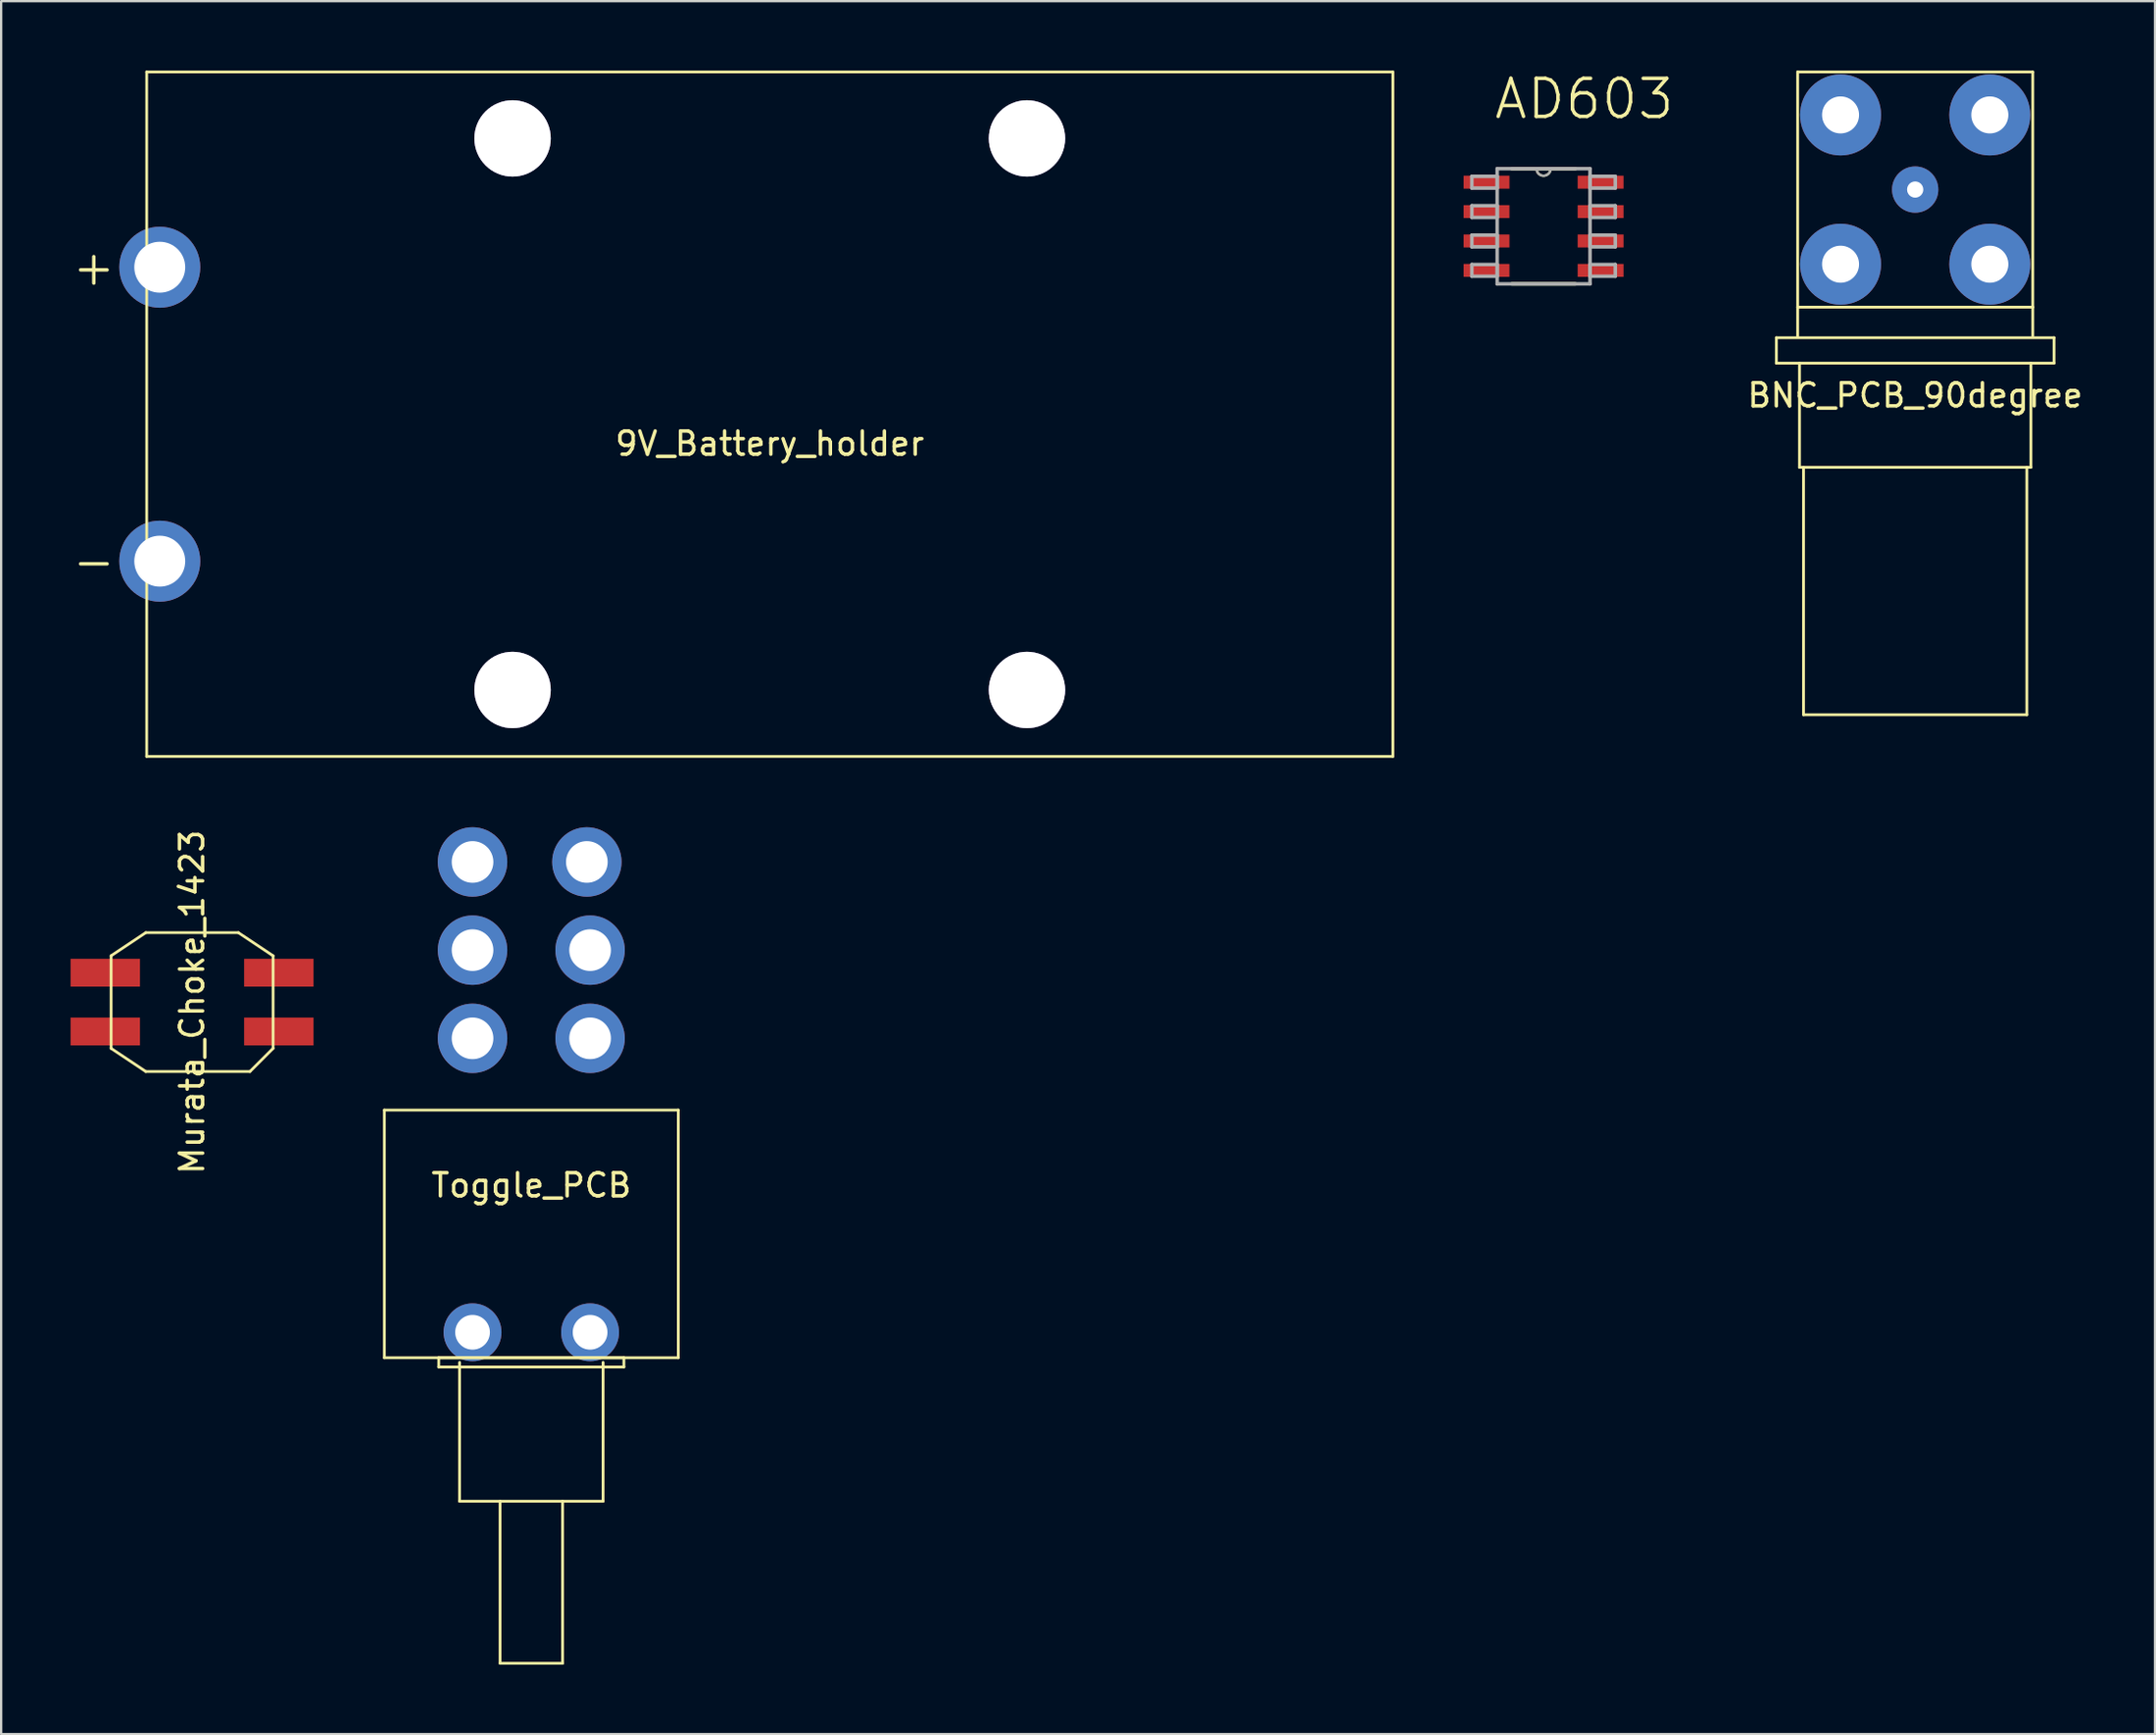
<source format=kicad_pcb>
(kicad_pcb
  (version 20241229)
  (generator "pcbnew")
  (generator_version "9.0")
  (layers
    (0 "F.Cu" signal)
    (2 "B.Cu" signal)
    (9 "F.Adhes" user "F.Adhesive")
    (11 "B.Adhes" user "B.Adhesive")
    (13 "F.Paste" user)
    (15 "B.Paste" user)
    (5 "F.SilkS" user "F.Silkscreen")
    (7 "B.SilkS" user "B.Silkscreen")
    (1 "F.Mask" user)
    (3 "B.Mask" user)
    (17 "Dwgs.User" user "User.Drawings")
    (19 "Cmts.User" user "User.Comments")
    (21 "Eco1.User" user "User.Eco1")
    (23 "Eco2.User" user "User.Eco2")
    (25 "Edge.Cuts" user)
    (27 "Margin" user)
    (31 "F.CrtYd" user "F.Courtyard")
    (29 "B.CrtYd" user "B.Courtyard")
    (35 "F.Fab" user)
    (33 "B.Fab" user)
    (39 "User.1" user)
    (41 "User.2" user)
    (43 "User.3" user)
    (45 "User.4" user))
  (footprint "BNC_PCB_90degree"
    (layer "F.Cu")
    (at 79.711 5.14)
    (property "Reference" "BNC_PCB_90degree" (at 0 8.89 0) (layer "F.SilkS") (effects (font (size 1 1) (thickness 0.15))))
    (attr through_hole)
    (fp_line (start -6 6.4) (end -6 7.5) (stroke (width 0.12) (type solid)) (layer "F.SilkS"))
    (fp_line (start -6 6.4) (end 6 6.4) (stroke (width 0.12) (type solid)) (layer "F.SilkS"))
    (fp_line (start -6 7.5) (end 6 7.5) (stroke (width 0.12) (type solid)) (layer "F.SilkS"))
    (fp_line (start -5.08 -5.08) (end -5.08 5.08) (stroke (width 0.12) (type solid)) (layer "F.SilkS"))
    (fp_line (start -5.08 5.08) (end -5.08 6.35) (stroke (width 0.12) (type solid)) (layer "F.SilkS"))
    (fp_line (start -5.08 5.08) (end 5.08 5.08) (stroke (width 0.12) (type solid)) (layer "F.SilkS"))
    (fp_line (start -5 12) (end -5 7.5) (stroke (width 0.12) (type solid)) (layer "F.SilkS"))
    (fp_line (start -5 12) (end 5 12) (stroke (width 0.12) (type solid)) (layer "F.SilkS"))
    (fp_line (start -4.825 12) (end -4.825 22.69) (stroke (width 0.12) (type solid)) (layer "F.SilkS"))
    (fp_line (start -4.825 22.69) (end 4.825 22.69) (stroke (width 0.12) (type solid)) (layer "F.SilkS"))
    (fp_line (start 4.825 12) (end 4.825 22.69) (stroke (width 0.12) (type solid)) (layer "F.SilkS"))
    (fp_line (start 5 12) (end 5 7.5) (stroke (width 0.12) (type solid)) (layer "F.SilkS"))
    (fp_line (start 5.08 -5.08) (end -5.08 -5.08) (stroke (width 0.12) (type solid)) (layer "F.SilkS"))
    (fp_line (start 5.08 5.08) (end 5.08 -5.08) (stroke (width 0.12) (type solid)) (layer "F.SilkS"))
    (fp_line (start 5.08 5.08) (end 5.08 6.35) (stroke (width 0.12) (type solid)) (layer "F.SilkS"))
    (fp_line (start 6 6.4) (end 6 7.5) (stroke (width 0.12) (type solid)) (layer "F.SilkS"))
    (pad "1" thru_hole circle (at 0 0) (size 2 2) (drill 0.7) (layers "*.Cu" "*.Mask"))
    (pad "2" thru_hole circle (at -3.225 -3.225) (size 3.5 3.5) (drill 1.6) (layers "*.Cu" "*.Mask"))
    (pad "2" thru_hole circle (at -3.225 3.225) (size 3.5 3.5) (drill 1.6) (layers "*.Cu" "*.Mask"))
    (pad "2" thru_hole circle (at 3.225 -3.225) (size 3.5 3.5) (drill 1.6) (layers "*.Cu" "*.Mask"))
    (pad "2" thru_hole circle (at 3.225 3.225) (size 3.5 3.5) (drill 1.6) (layers "*.Cu" "*.Mask")))
  (footprint "Toggle_PCB"
    (layer "F.Cu")
    (at 19.91 41.81)
    (property "Reference" "Toggle_PCB" (at 0 6.35 0) (layer "F.SilkS") (effects (font (size 1 1) (thickness 0.15))))
    (attr through_hole)
    (fp_line (start -6.35 3.1) (end 6.35 3.1) (stroke (width 0.12) (type solid)) (layer "F.SilkS"))
    (fp_line (start -6.35 13.8) (end -6.35 3.1) (stroke (width 0.12) (type solid)) (layer "F.SilkS"))
    (fp_line (start -6.35 13.8) (end 6.35 13.8) (stroke (width 0.12) (type solid)) (layer "F.SilkS"))
    (fp_line (start -4 13.8) (end -4 14.2) (stroke (width 0.12) (type solid)) (layer "F.SilkS"))
    (fp_line (start -4 13.8) (end 4 13.8) (stroke (width 0.12) (type solid)) (layer "F.SilkS"))
    (fp_line (start -4 14.2) (end 4 14.2) (stroke (width 0.12) (type solid)) (layer "F.SilkS"))
    (fp_line (start -3.1 20) (end -3.1 14) (stroke (width 0.12) (type solid)) (layer "F.SilkS"))
    (fp_line (start -3.1 20) (end 3.1 20) (stroke (width 0.12) (type solid)) (layer "F.SilkS"))
    (fp_line (start -1.35 20) (end -1.35 27) (stroke (width 0.12) (type solid)) (layer "F.SilkS"))
    (fp_line (start -1.35 27) (end 1.35 27) (stroke (width 0.12) (type solid)) (layer "F.SilkS"))
    (fp_line (start 1.35 20) (end 1.35 27) (stroke (width 0.12) (type solid)) (layer "F.SilkS"))
    (fp_line (start 3.1 20) (end 3.1 14) (stroke (width 0.12) (type solid)) (layer "F.SilkS"))
    (fp_line (start 4 13.8) (end 4 14.2) (stroke (width 0.12) (type solid)) (layer "F.SilkS"))
    (fp_line (start 6.35 3.1) (end 6.35 13.8) (stroke (width 0.12) (type solid)) (layer "F.SilkS"))
    (pad "" thru_hole circle (at -2.54 12.7) (size 2.5 2.5) (drill 1.5) (layers "*.Cu" "*.Mask"))
    (pad "" thru_hole circle (at 2.54 12.7) (size 2.5 2.5) (drill 1.5) (layers "*.Cu" "*.Mask"))
    (pad "1" thru_hole circle (at -2.54 0) (size 3 3) (drill 1.8) (layers "*.Cu" "*.Mask"))
    (pad "2" thru_hole circle (at -2.54 -3.81) (size 3 3) (drill 1.8) (layers "*.Cu" "*.Mask"))
    (pad "3" thru_hole circle (at -2.54 -7.62) (size 3 3) (drill 1.8) (layers "*.Cu" "*.Mask"))
    (pad "4" thru_hole circle (at 2.54 0) (size 3 3) (drill 1.8) (layers "*.Cu" "*.Mask"))
    (pad "5" thru_hole circle (at 2.54 -3.81) (size 3 3) (drill 1.8) (layers "*.Cu" "*.Mask"))
    (pad "6" thru_hole circle (at 2.4 -7.62) (size 3 3) (drill 1.8) (layers "*.Cu" "*.Mask")))
  (footprint "9V_Battery_holder"
    (layer "F.Cu")
    (at 30.214 14.845)
    (property "Reference" "9V_Battery_holder" (at 0 1.27 0) (layer "F.SilkS") (effects (font (size 1 1) (thickness 0.15))))
    (attr through_hole)
    (fp_line (start -26.925 -14.785) (end -26.925 14.785) (stroke (width 0.12) (type solid)) (layer "F.SilkS"))
    (fp_line (start -26.925 -14.785) (end 26.925 -14.785) (stroke (width 0.12) (type solid)) (layer "F.SilkS"))
    (fp_line (start -26.925 14.785) (end 26.925 14.785) (stroke (width 0.12) (type solid)) (layer "F.SilkS"))
    (fp_line (start 26.925 14.785) (end 26.925 -14.785) (stroke (width 0.12) (type solid)) (layer "F.SilkS"))
    (fp_text user "-" (at -29.21 6.35 0) (layer "F.SilkS") (effects (font (size 1.5 1.5) (thickness 0.15))))
    (fp_text user "+" (at -29.21 -6.35 0) (layer "F.SilkS") (effects (font (size 1.5 1.5) (thickness 0.15))))
    (pad "" thru_hole circle (at -11.115 -11.915) (size 3.3 3.3) (drill 3.3) (layers "*.Cu" "*.Mask"))
    (pad "" thru_hole circle (at -11.115 11.915) (size 3.3 3.3) (drill 3.3) (layers "*.Cu" "*.Mask"))
    (pad "" thru_hole circle (at 11.115 -11.915) (size 3.3 3.3) (drill 3.3) (layers "*.Cu" "*.Mask"))
    (pad "" thru_hole circle (at 11.115 11.915) (size 3.3 3.3) (drill 3.3) (layers "*.Cu" "*.Mask"))
    (pad "1" thru_hole circle (at -26.36 -6.35) (size 3.5 3.5) (drill 2.2) (layers "*.Cu" "*.Mask"))
    (pad "2" thru_hole circle (at -26.36 6.35) (size 3.5 3.5) (drill 2.2) (layers "*.Cu" "*.Mask")))
  (footprint "Murata_Choke_1423"
    (layer "F.Cu")
    (at 5.25 40.244)
    (property "Reference" "Murata_Choke_1423" (at 0 0 90) (layer "F.SilkS") (effects (font (size 1 1) (thickness 0.15))))
    (attr through_hole)
    (fp_line (start -3.5 -2) (end -3.5 2) (stroke (width 0.12) (type solid)) (layer "F.SilkS"))
    (fp_line (start -3.5 -2) (end -2 -3) (stroke (width 0.12) (type solid)) (layer "F.SilkS"))
    (fp_line (start -2 -3) (end 2 -3) (stroke (width 0.12) (type solid)) (layer "F.SilkS"))
    (fp_line (start -2 3) (end -3.5 2) (stroke (width 0.12) (type solid)) (layer "F.SilkS"))
    (fp_line (start 2 -3) (end 3.5 -2) (stroke (width 0.12) (type solid)) (layer "F.SilkS"))
    (fp_line (start 2.5 3) (end -2 3) (stroke (width 0.12) (type solid)) (layer "F.SilkS"))
    (fp_line (start 3.5 -2) (end 3.5 2) (stroke (width 0.12) (type solid)) (layer "F.SilkS"))
    (fp_line (start 3.5 2) (end 2.5 3) (stroke (width 0.12) (type solid)) (layer "F.SilkS"))
    (pad "1" smd rect (at -3.75 -1.27) (size 3 1.2) (layers "F.Cu" "F.Mask" "F.Paste"))
    (pad "2" smd rect (at -3.75 1.27) (size 3 1.2) (layers "F.Cu" "F.Mask" "F.Paste"))
    (pad "3" smd rect (at 3.75 1.27) (size 3 1.2) (layers "F.Cu" "F.Mask" "F.Paste"))
    (pad "4" smd rect (at 3.75 -1.27) (size 3 1.2) (layers "F.Cu" "F.Mask" "F.Paste")))
  (footprint "AD603"
    (layer "F.Cu")
    (at 63.653 6.727)
    (property "Reference" "AD603" (at 1.758 -5.502 0) (layer "F.SilkS") (effects (font (size 1.645 1.645) (thickness 0.15))))
    (attr through_hole)
    (fp_line (start -1.372 2.489) (end 1.372 2.489) (stroke (width 0.152) (type solid)) (layer "F.SilkS"))
    (fp_line (start -0.305 -2.489) (end -1.372 -2.489) (stroke (width 0.152) (type solid)) (layer "F.SilkS"))
    (fp_line (start 0.305 -2.489) (end -0.305 -2.489) (stroke (width 0.152) (type solid)) (layer "F.SilkS"))
    (fp_line (start 1.372 -2.489) (end 0.305 -2.489) (stroke (width 0.152) (type solid)) (layer "F.SilkS"))
    (fp_arc (start 0.3048 -2.4892) (mid 0 -2.1844) (end -0.3048 -2.4892) (stroke (width 0.1) (type solid)) (layer "F.SilkS"))
    (fp_line (start -3.099 -2.159) (end -3.099 -1.651) (stroke (width 0.152) (type solid)) (layer "F.Fab"))
    (fp_line (start -3.099 -1.651) (end -2.007 -1.651) (stroke (width 0.152) (type solid)) (layer "F.Fab"))
    (fp_line (start -3.099 -0.889) (end -3.099 -0.381) (stroke (width 0.152) (type solid)) (layer "F.Fab"))
    (fp_line (start -3.099 -0.381) (end -2.007 -0.381) (stroke (width 0.152) (type solid)) (layer "F.Fab"))
    (fp_line (start -3.099 0.381) (end -3.099 0.889) (stroke (width 0.152) (type solid)) (layer "F.Fab"))
    (fp_line (start -3.099 0.889) (end -2.007 0.889) (stroke (width 0.152) (type solid)) (layer "F.Fab"))
    (fp_line (start -3.099 1.651) (end -3.099 2.159) (stroke (width 0.152) (type solid)) (layer "F.Fab"))
    (fp_line (start -3.099 2.159) (end -2.007 2.159) (stroke (width 0.152) (type solid)) (layer "F.Fab"))
    (fp_line (start -2.007 -2.489) (end -2.007 2.489) (stroke (width 0.152) (type solid)) (layer "F.Fab"))
    (fp_line (start -2.007 -2.159) (end -3.099 -2.159) (stroke (width 0.152) (type solid)) (layer "F.Fab"))
    (fp_line (start -2.007 -1.651) (end -2.007 -2.159) (stroke (width 0.152) (type solid)) (layer "F.Fab"))
    (fp_line (start -2.007 -0.889) (end -3.099 -0.889) (stroke (width 0.152) (type solid)) (layer "F.Fab"))
    (fp_line (start -2.007 -0.381) (end -2.007 -0.889) (stroke (width 0.152) (type solid)) (layer "F.Fab"))
    (fp_line (start -2.007 0.381) (end -3.099 0.381) (stroke (width 0.152) (type solid)) (layer "F.Fab"))
    (fp_line (start -2.007 0.889) (end -2.007 0.381) (stroke (width 0.152) (type solid)) (layer "F.Fab"))
    (fp_line (start -2.007 1.651) (end -3.099 1.651) (stroke (width 0.152) (type solid)) (layer "F.Fab"))
    (fp_line (start -2.007 2.159) (end -2.007 1.651) (stroke (width 0.152) (type solid)) (layer "F.Fab"))
    (fp_line (start -2.007 2.489) (end 2.007 2.489) (stroke (width 0.152) (type solid)) (layer "F.Fab"))
    (fp_line (start -0.305 -2.489) (end -2.007 -2.489) (stroke (width 0.152) (type solid)) (layer "F.Fab"))
    (fp_line (start 0.305 -2.489) (end -0.305 -2.489) (stroke (width 0.152) (type solid)) (layer "F.Fab"))
    (fp_line (start 2.007 -2.489) (end 0.305 -2.489) (stroke (width 0.152) (type solid)) (layer "F.Fab"))
    (fp_line (start 2.007 -2.159) (end 2.007 -1.651) (stroke (width 0.152) (type solid)) (layer "F.Fab"))
    (fp_line (start 2.007 -1.651) (end 3.099 -1.651) (stroke (width 0.152) (type solid)) (layer "F.Fab"))
    (fp_line (start 2.007 -0.889) (end 2.007 -0.381) (stroke (width 0.152) (type solid)) (layer "F.Fab"))
    (fp_line (start 2.007 -0.381) (end 3.099 -0.381) (stroke (width 0.152) (type solid)) (layer "F.Fab"))
    (fp_line (start 2.007 0.381) (end 2.007 0.889) (stroke (width 0.152) (type solid)) (layer "F.Fab"))
    (fp_line (start 2.007 0.889) (end 3.099 0.889) (stroke (width 0.152) (type solid)) (layer "F.Fab"))
    (fp_line (start 2.007 1.651) (end 2.007 2.159) (stroke (width 0.152) (type solid)) (layer "F.Fab"))
    (fp_line (start 2.007 2.159) (end 3.099 2.159) (stroke (width 0.152) (type solid)) (layer "F.Fab"))
    (fp_line (start 2.007 2.489) (end 2.007 -2.489) (stroke (width 0.152) (type solid)) (layer "F.Fab"))
    (fp_line (start 3.099 -2.159) (end 2.007 -2.159) (stroke (width 0.152) (type solid)) (layer "F.Fab"))
    (fp_line (start 3.099 -1.651) (end 3.099 -2.159) (stroke (width 0.152) (type solid)) (layer "F.Fab"))
    (fp_line (start 3.099 -0.889) (end 2.007 -0.889) (stroke (width 0.152) (type solid)) (layer "F.Fab"))
    (fp_line (start 3.099 -0.381) (end 3.099 -0.889) (stroke (width 0.152) (type solid)) (layer "F.Fab"))
    (fp_line (start 3.099 0.381) (end 2.007 0.381) (stroke (width 0.152) (type solid)) (layer "F.Fab"))
    (fp_line (start 3.099 0.889) (end 3.099 0.381) (stroke (width 0.152) (type solid)) (layer "F.Fab"))
    (fp_line (start 3.099 1.651) (end 2.007 1.651) (stroke (width 0.152) (type solid)) (layer "F.Fab"))
    (fp_line (start 3.099 2.159) (end 3.099 1.651) (stroke (width 0.152) (type solid)) (layer "F.Fab"))
    (fp_arc (start 0.3048 -2.4892) (mid 0 -2.1844) (end -0.3048 -2.4892) (stroke (width 0.1) (type solid)) (layer "F.Fab"))
    (pad "1" smd rect (at -2.464 -1.905) (size 1.981 0.559) (layers "F.Cu" "F.Mask" "F.Paste"))
    (pad "2" smd rect (at -2.464 -0.635) (size 1.981 0.559) (layers "F.Cu" "F.Mask" "F.Paste"))
    (pad "3" smd rect (at -2.464 0.635) (size 1.981 0.559) (layers "F.Cu" "F.Mask" "F.Paste"))
    (pad "4" smd rect (at -2.464 1.905) (size 1.981 0.559) (layers "F.Cu" "F.Mask" "F.Paste"))
    (pad "5" smd rect (at 2.464 1.905) (size 1.981 0.559) (layers "F.Cu" "F.Mask" "F.Paste"))
    (pad "6" smd rect (at 2.464 0.635) (size 1.981 0.559) (layers "F.Cu" "F.Mask" "F.Paste"))
    (pad "7" smd rect (at 2.464 -0.635) (size 1.981 0.559) (layers "F.Cu" "F.Mask" "F.Paste"))
    (pad "8" smd rect (at 2.464 -1.905) (size 1.981 0.559) (layers "F.Cu" "F.Mask" "F.Paste")))
  (gr_rect
    (start -3 -3)
    (end 90.074 71.87)
    (stroke (width 0.1) (type default))
    (fill no)
    (layer "Edge.Cuts")))
</source>
